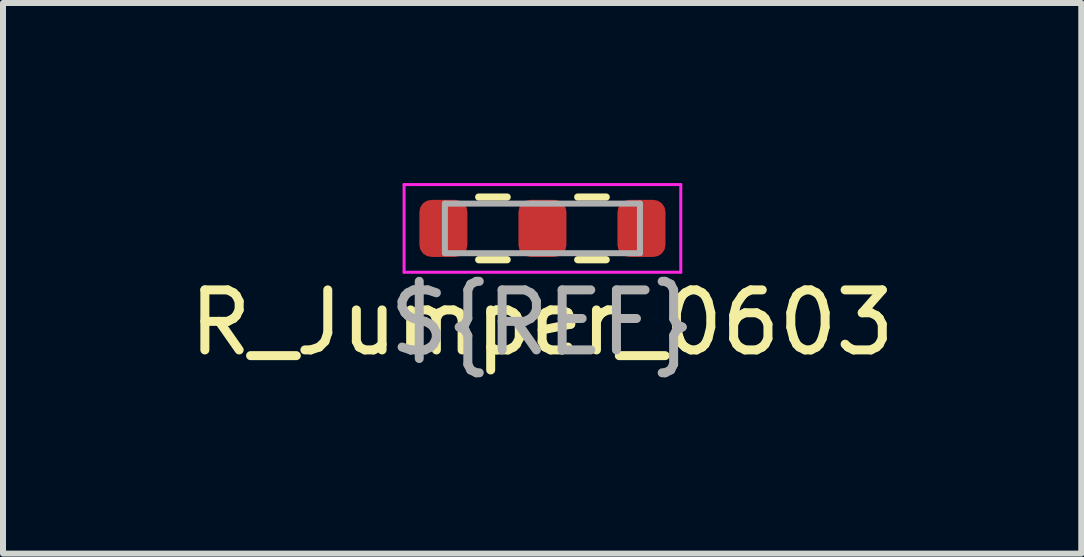
<source format=kicad_pcb>
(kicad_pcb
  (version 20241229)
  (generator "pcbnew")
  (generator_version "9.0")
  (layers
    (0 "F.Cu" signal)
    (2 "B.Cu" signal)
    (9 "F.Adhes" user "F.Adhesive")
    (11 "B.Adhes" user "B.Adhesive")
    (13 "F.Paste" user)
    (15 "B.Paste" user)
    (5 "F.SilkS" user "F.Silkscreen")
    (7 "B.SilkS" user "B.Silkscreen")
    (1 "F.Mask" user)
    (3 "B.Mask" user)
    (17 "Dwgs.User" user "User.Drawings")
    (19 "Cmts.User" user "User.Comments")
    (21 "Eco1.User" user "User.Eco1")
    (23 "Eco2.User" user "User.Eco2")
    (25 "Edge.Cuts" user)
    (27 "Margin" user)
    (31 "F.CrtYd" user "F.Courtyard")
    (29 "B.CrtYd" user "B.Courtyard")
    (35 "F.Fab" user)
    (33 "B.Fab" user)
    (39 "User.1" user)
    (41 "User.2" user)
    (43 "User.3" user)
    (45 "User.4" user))
  (footprint "R_Jumper_0603"
    (layer "F.Cu")
    (at 5.982 0.725)
    (property "Reference" "R_Jumper_0603" (at 0 1.6 0) (unlocked yes) (layer "F.SilkS") (effects (font (size 1 1) (thickness 0.15))))
    (attr smd)
    (fp_line (start -1.057 -0.492) (end -0.583 -0.492) (stroke (width 0.12) (type solid)) (layer "F.SilkS"))
    (fp_line (start -1.057 0.552) (end -0.583 0.552) (stroke (width 0.12) (type solid)) (layer "F.SilkS"))
    (fp_line (start 0.593 -0.492) (end 1.067 -0.492) (stroke (width 0.12) (type solid)) (layer "F.SilkS"))
    (fp_line (start 0.593 0.552) (end 1.067 0.552) (stroke (width 0.12) (type solid)) (layer "F.SilkS"))
    (fp_line (start -2.3 -0.7) (end 2.31 -0.7) (stroke (width 0.05) (type solid)) (layer "F.CrtYd"))
    (fp_line (start -2.3 0.76) (end -2.3 -0.7) (stroke (width 0.05) (type solid)) (layer "F.CrtYd"))
    (fp_line (start 2.31 -0.7) (end 2.31 0.76) (stroke (width 0.05) (type solid)) (layer "F.CrtYd"))
    (fp_line (start 2.31 0.76) (end -2.3 0.76) (stroke (width 0.05) (type solid)) (layer "F.CrtYd"))
    (fp_line (start -1.62 -0.383) (end 1.63 -0.383) (stroke (width 0.1) (type solid)) (layer "F.Fab"))
    (fp_line (start -1.62 0.443) (end -1.62 -0.383) (stroke (width 0.1) (type solid)) (layer "F.Fab"))
    (fp_line (start 1.63 -0.383) (end 1.63 0.443) (stroke (width 0.1) (type solid)) (layer "F.Fab"))
    (fp_line (start 1.63 0.443) (end -1.62 0.443) (stroke (width 0.1) (type solid)) (layer "F.Fab"))
    (fp_text user "${REF}" (at 0 1.6 0) (unlocked yes) (layer "F.Fab") (effects (font (size 1 1) (thickness 0.15))))
    (pad "1" smd roundrect (at -1.645 0.03) (size 0.8 0.95) (layers "F.Cu" "F.Mask" "F.Paste") (roundrect_rratio 0.25))
    (pad "2" smd roundrect (at 1.655 0.03) (size 0.8 0.95) (layers "F.Cu" "F.Mask" "F.Paste") (roundrect_rratio 0.25))
    (pad "3" smd roundrect (at 0.005 0.03) (size 0.8 0.95) (layers "F.Cu" "F.Mask" "F.Paste") (roundrect_rratio 0.25)))
  (gr_rect
    (start -3 -3)
    (end 14.964 6.173)
    (stroke (width 0.1) (type default))
    (fill no)
    (layer "Edge.Cuts")))
</source>
